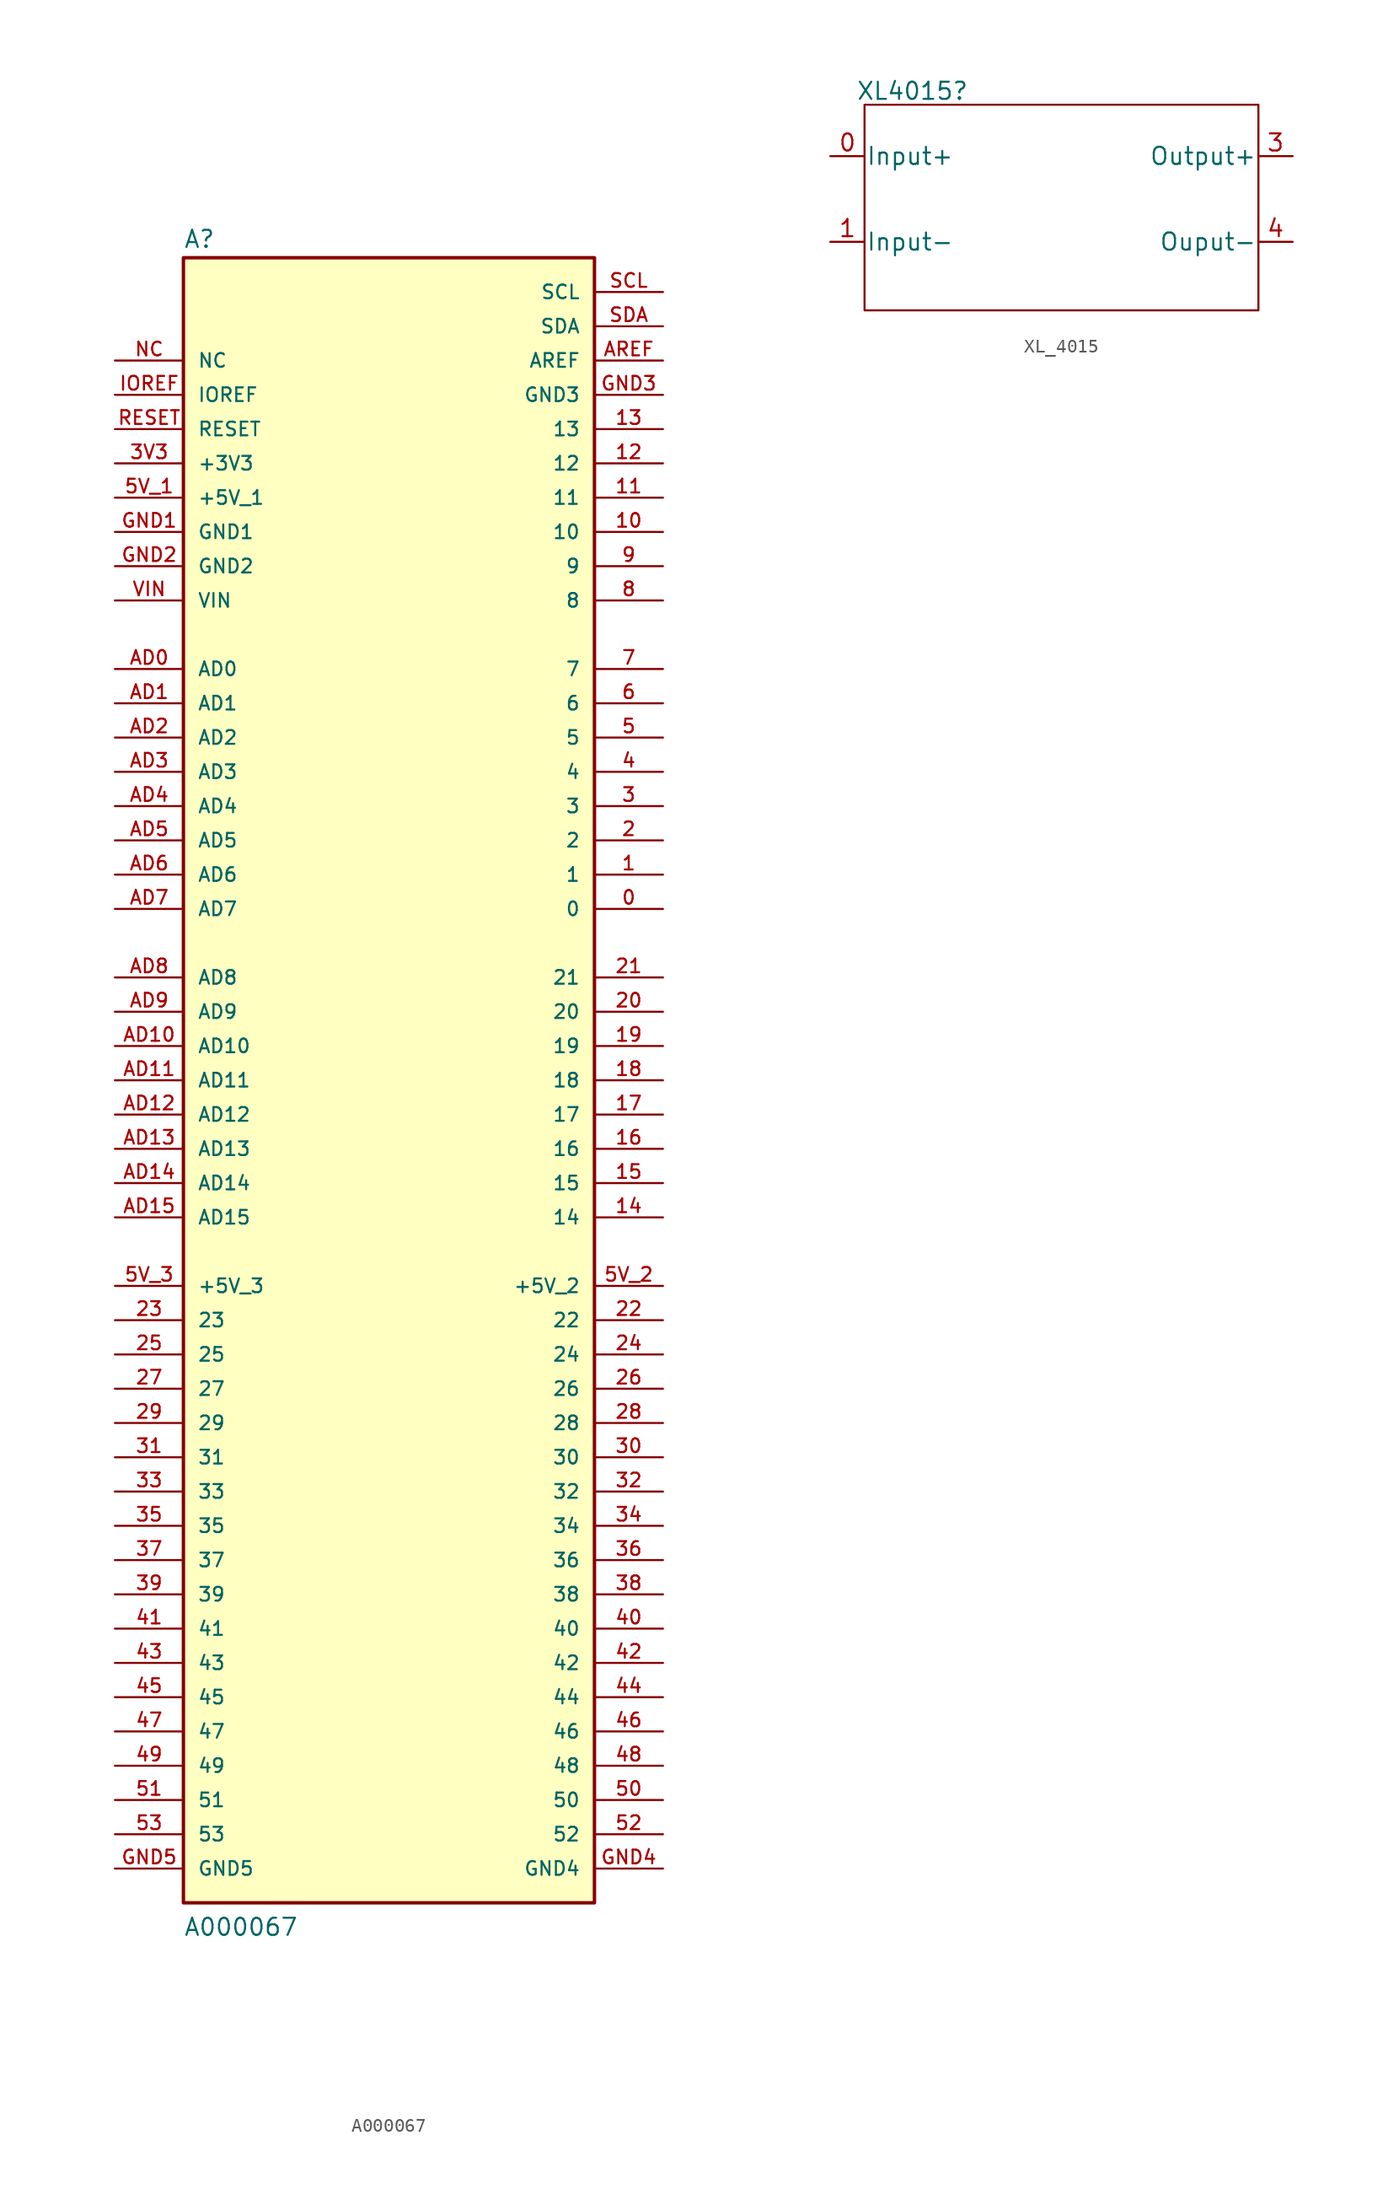
<source format=kicad_sym>
(kicad_symbol_lib
  (version 20231120)
  (generator "kicad_symbol_editor")
  (generator_version "8.0")
  (symbol "A000067"
    (pin_names
      (offset 1.016))
    (property "Reference" "A"
      (at -15.24 61.595 0)
      (effects (font (size 1.27 1.27)) (justify left bottom)))
    (property "Value" "A000067"
      (at -15.24 -63.5 0)
      (effects (font (size 1.27 1.27)) (justify left bottom)))
    (symbol "A000067_0_0"
      (rectangle (start -15.24 -60.96) (end 15.24 60.96) (stroke (width 0.254) (type default)) (fill (type background)))
      (pin passive line (at 20.32 12.7 180) (length 5.08) (name "0" (effects (font (size 1.016 1.016)))) (number "0" (effects (font (size 1.016 1.016)))))
      (pin passive line (at 20.32 15.24 180) (length 5.08) (name "1" (effects (font (size 1.016 1.016)))) (number "1" (effects (font (size 1.016 1.016)))))
      (pin passive line (at 20.32 40.64 180) (length 5.08) (name "10" (effects (font (size 1.016 1.016)))) (number "10" (effects (font (size 1.016 1.016)))))
      (pin passive line (at 20.32 43.18 180) (length 5.08) (name "11" (effects (font (size 1.016 1.016)))) (number "11" (effects (font (size 1.016 1.016)))))
      (pin passive line (at 20.32 45.72 180) (length 5.08) (name "12" (effects (font (size 1.016 1.016)))) (number "12" (effects (font (size 1.016 1.016)))))
      (pin passive line (at 20.32 48.26 180) (length 5.08) (name "13" (effects (font (size 1.016 1.016)))) (number "13" (effects (font (size 1.016 1.016)))))
      (pin passive line (at 20.32 -10.16 180) (length 5.08) (name "14" (effects (font (size 1.016 1.016)))) (number "14" (effects (font (size 1.016 1.016)))))
      (pin passive line (at 20.32 -7.62 180) (length 5.08) (name "15" (effects (font (size 1.016 1.016)))) (number "15" (effects (font (size 1.016 1.016)))))
      (pin passive line (at 20.32 -5.08 180) (length 5.08) (name "16" (effects (font (size 1.016 1.016)))) (number "16" (effects (font (size 1.016 1.016)))))
      (pin passive line (at 20.32 -2.54 180) (length 5.08) (name "17" (effects (font (size 1.016 1.016)))) (number "17" (effects (font (size 1.016 1.016)))))
      (pin passive line (at 20.32 0 180) (length 5.08) (name "18" (effects (font (size 1.016 1.016)))) (number "18" (effects (font (size 1.016 1.016)))))
      (pin passive line (at 20.32 2.54 180) (length 5.08) (name "19" (effects (font (size 1.016 1.016)))) (number "19" (effects (font (size 1.016 1.016)))))
      (pin passive line (at 20.32 17.78 180) (length 5.08) (name "2" (effects (font (size 1.016 1.016)))) (number "2" (effects (font (size 1.016 1.016)))))
      (pin passive line (at 20.32 5.08 180) (length 5.08) (name "20" (effects (font (size 1.016 1.016)))) (number "20" (effects (font (size 1.016 1.016)))))
      (pin passive line (at 20.32 7.62 180) (length 5.08) (name "21" (effects (font (size 1.016 1.016)))) (number "21" (effects (font (size 1.016 1.016)))))
      (pin passive line (at 20.32 -17.78 180) (length 5.08) (name "22" (effects (font (size 1.016 1.016)))) (number "22" (effects (font (size 1.016 1.016)))))
      (pin passive line (at -20.32 -17.78 0) (length 5.08) (name "23" (effects (font (size 1.016 1.016)))) (number "23" (effects (font (size 1.016 1.016)))))
      (pin passive line (at 20.32 -20.32 180) (length 5.08) (name "24" (effects (font (size 1.016 1.016)))) (number "24" (effects (font (size 1.016 1.016)))))
      (pin passive line (at -20.32 -20.32 0) (length 5.08) (name "25" (effects (font (size 1.016 1.016)))) (number "25" (effects (font (size 1.016 1.016)))))
      (pin passive line (at 20.32 -22.86 180) (length 5.08) (name "26" (effects (font (size 1.016 1.016)))) (number "26" (effects (font (size 1.016 1.016)))))
      (pin passive line (at -20.32 -22.86 0) (length 5.08) (name "27" (effects (font (size 1.016 1.016)))) (number "27" (effects (font (size 1.016 1.016)))))
      (pin passive line (at 20.32 -25.4 180) (length 5.08) (name "28" (effects (font (size 1.016 1.016)))) (number "28" (effects (font (size 1.016 1.016)))))
      (pin passive line (at -20.32 -25.4 0) (length 5.08) (name "29" (effects (font (size 1.016 1.016)))) (number "29" (effects (font (size 1.016 1.016)))))
      (pin passive line (at 20.32 20.32 180) (length 5.08) (name "3" (effects (font (size 1.016 1.016)))) (number "3" (effects (font (size 1.016 1.016)))))
      (pin passive line (at 20.32 -27.94 180) (length 5.08) (name "30" (effects (font (size 1.016 1.016)))) (number "30" (effects (font (size 1.016 1.016)))))
      (pin passive line (at -20.32 -27.94 0) (length 5.08) (name "31" (effects (font (size 1.016 1.016)))) (number "31" (effects (font (size 1.016 1.016)))))
      (pin passive line (at 20.32 -30.48 180) (length 5.08) (name "32" (effects (font (size 1.016 1.016)))) (number "32" (effects (font (size 1.016 1.016)))))
      (pin passive line (at -20.32 -30.48 0) (length 5.08) (name "33" (effects (font (size 1.016 1.016)))) (number "33" (effects (font (size 1.016 1.016)))))
      (pin passive line (at 20.32 -33.02 180) (length 5.08) (name "34" (effects (font (size 1.016 1.016)))) (number "34" (effects (font (size 1.016 1.016)))))
      (pin passive line (at -20.32 -33.02 0) (length 5.08) (name "35" (effects (font (size 1.016 1.016)))) (number "35" (effects (font (size 1.016 1.016)))))
      (pin passive line (at 20.32 -35.56 180) (length 5.08) (name "36" (effects (font (size 1.016 1.016)))) (number "36" (effects (font (size 1.016 1.016)))))
      (pin passive line (at -20.32 -35.56 0) (length 5.08) (name "37" (effects (font (size 1.016 1.016)))) (number "37" (effects (font (size 1.016 1.016)))))
      (pin passive line (at 20.32 -38.1 180) (length 5.08) (name "38" (effects (font (size 1.016 1.016)))) (number "38" (effects (font (size 1.016 1.016)))))
      (pin passive line (at -20.32 -38.1 0) (length 5.08) (name "39" (effects (font (size 1.016 1.016)))) (number "39" (effects (font (size 1.016 1.016)))))
      (pin passive line (at -20.32 45.72 0) (length 5.08) (name "+3V3" (effects (font (size 1.016 1.016)))) (number "3V3" (effects (font (size 1.016 1.016)))))
      (pin passive line (at 20.32 22.86 180) (length 5.08) (name "4" (effects (font (size 1.016 1.016)))) (number "4" (effects (font (size 1.016 1.016)))))
      (pin passive line (at 20.32 -40.64 180) (length 5.08) (name "40" (effects (font (size 1.016 1.016)))) (number "40" (effects (font (size 1.016 1.016)))))
      (pin passive line (at -20.32 -40.64 0) (length 5.08) (name "41" (effects (font (size 1.016 1.016)))) (number "41" (effects (font (size 1.016 1.016)))))
      (pin passive line (at 20.32 -43.18 180) (length 5.08) (name "42" (effects (font (size 1.016 1.016)))) (number "42" (effects (font (size 1.016 1.016)))))
      (pin passive line (at -20.32 -43.18 0) (length 5.08) (name "43" (effects (font (size 1.016 1.016)))) (number "43" (effects (font (size 1.016 1.016)))))
      (pin passive line (at 20.32 -45.72 180) (length 5.08) (name "44" (effects (font (size 1.016 1.016)))) (number "44" (effects (font (size 1.016 1.016)))))
      (pin passive line (at -20.32 -45.72 0) (length 5.08) (name "45" (effects (font (size 1.016 1.016)))) (number "45" (effects (font (size 1.016 1.016)))))
      (pin passive line (at 20.32 -48.26 180) (length 5.08) (name "46" (effects (font (size 1.016 1.016)))) (number "46" (effects (font (size 1.016 1.016)))))
      (pin passive line (at -20.32 -48.26 0) (length 5.08) (name "47" (effects (font (size 1.016 1.016)))) (number "47" (effects (font (size 1.016 1.016)))))
      (pin passive line (at 20.32 -50.8 180) (length 5.08) (name "48" (effects (font (size 1.016 1.016)))) (number "48" (effects (font (size 1.016 1.016)))))
      (pin passive line (at -20.32 -50.8 0) (length 5.08) (name "49" (effects (font (size 1.016 1.016)))) (number "49" (effects (font (size 1.016 1.016)))))
      (pin passive line (at 20.32 25.4 180) (length 5.08) (name "5" (effects (font (size 1.016 1.016)))) (number "5" (effects (font (size 1.016 1.016)))))
      (pin passive line (at 20.32 -53.34 180) (length 5.08) (name "50" (effects (font (size 1.016 1.016)))) (number "50" (effects (font (size 1.016 1.016)))))
      (pin passive line (at -20.32 -53.34 0) (length 5.08) (name "51" (effects (font (size 1.016 1.016)))) (number "51" (effects (font (size 1.016 1.016)))))
      (pin passive line (at 20.32 -55.88 180) (length 5.08) (name "52" (effects (font (size 1.016 1.016)))) (number "52" (effects (font (size 1.016 1.016)))))
      (pin passive line (at -20.32 -55.88 0) (length 5.08) (name "53" (effects (font (size 1.016 1.016)))) (number "53" (effects (font (size 1.016 1.016)))))
      (pin passive line (at -20.32 43.18 0) (length 5.08) (name "+5V_1" (effects (font (size 1.016 1.016)))) (number "5V_1" (effects (font (size 1.016 1.016)))))
      (pin passive line (at 20.32 -15.24 180) (length 5.08) (name "+5V_2" (effects (font (size 1.016 1.016)))) (number "5V_2" (effects (font (size 1.016 1.016)))))
      (pin passive line (at -20.32 -15.24 0) (length 5.08) (name "+5V_3" (effects (font (size 1.016 1.016)))) (number "5V_3" (effects (font (size 1.016 1.016)))))
      (pin passive line (at 20.32 27.94 180) (length 5.08) (name "6" (effects (font (size 1.016 1.016)))) (number "6" (effects (font (size 1.016 1.016)))))
      (pin passive line (at 20.32 30.48 180) (length 5.08) (name "7" (effects (font (size 1.016 1.016)))) (number "7" (effects (font (size 1.016 1.016)))))
      (pin passive line (at 20.32 35.56 180) (length 5.08) (name "8" (effects (font (size 1.016 1.016)))) (number "8" (effects (font (size 1.016 1.016)))))
      (pin passive line (at 20.32 38.1 180) (length 5.08) (name "9" (effects (font (size 1.016 1.016)))) (number "9" (effects (font (size 1.016 1.016)))))
      (pin passive line (at -20.32 30.48 0) (length 5.08) (name "AD0" (effects (font (size 1.016 1.016)))) (number "AD0" (effects (font (size 1.016 1.016)))))
      (pin passive line (at -20.32 27.94 0) (length 5.08) (name "AD1" (effects (font (size 1.016 1.016)))) (number "AD1" (effects (font (size 1.016 1.016)))))
      (pin passive line (at -20.32 2.54 0) (length 5.08) (name "AD10" (effects (font (size 1.016 1.016)))) (number "AD10" (effects (font (size 1.016 1.016)))))
      (pin passive line (at -20.32 0 0) (length 5.08) (name "AD11" (effects (font (size 1.016 1.016)))) (number "AD11" (effects (font (size 1.016 1.016)))))
      (pin passive line (at -20.32 -2.54 0) (length 5.08) (name "AD12" (effects (font (size 1.016 1.016)))) (number "AD12" (effects (font (size 1.016 1.016)))))
      (pin passive line (at -20.32 -5.08 0) (length 5.08) (name "AD13" (effects (font (size 1.016 1.016)))) (number "AD13" (effects (font (size 1.016 1.016)))))
      (pin passive line (at -20.32 -7.62 0) (length 5.08) (name "AD14" (effects (font (size 1.016 1.016)))) (number "AD14" (effects (font (size 1.016 1.016)))))
      (pin passive line (at -20.32 -10.16 0) (length 5.08) (name "AD15" (effects (font (size 1.016 1.016)))) (number "AD15" (effects (font (size 1.016 1.016)))))
      (pin passive line (at -20.32 25.4 0) (length 5.08) (name "AD2" (effects (font (size 1.016 1.016)))) (number "AD2" (effects (font (size 1.016 1.016)))))
      (pin passive line (at -20.32 22.86 0) (length 5.08) (name "AD3" (effects (font (size 1.016 1.016)))) (number "AD3" (effects (font (size 1.016 1.016)))))
      (pin passive line (at -20.32 20.32 0) (length 5.08) (name "AD4" (effects (font (size 1.016 1.016)))) (number "AD4" (effects (font (size 1.016 1.016)))))
      (pin passive line (at -20.32 17.78 0) (length 5.08) (name "AD5" (effects (font (size 1.016 1.016)))) (number "AD5" (effects (font (size 1.016 1.016)))))
      (pin passive line (at -20.32 15.24 0) (length 5.08) (name "AD6" (effects (font (size 1.016 1.016)))) (number "AD6" (effects (font (size 1.016 1.016)))))
      (pin passive line (at -20.32 12.7 0) (length 5.08) (name "AD7" (effects (font (size 1.016 1.016)))) (number "AD7" (effects (font (size 1.016 1.016)))))
      (pin passive line (at -20.32 7.62 0) (length 5.08) (name "AD8" (effects (font (size 1.016 1.016)))) (number "AD8" (effects (font (size 1.016 1.016)))))
      (pin passive line (at -20.32 5.08 0) (length 5.08) (name "AD9" (effects (font (size 1.016 1.016)))) (number "AD9" (effects (font (size 1.016 1.016)))))
      (pin passive line (at 20.32 53.34 180) (length 5.08) (name "AREF" (effects (font (size 1.016 1.016)))) (number "AREF" (effects (font (size 1.016 1.016)))))
      (pin passive line (at -20.32 40.64 0) (length 5.08) (name "GND1" (effects (font (size 1.016 1.016)))) (number "GND1" (effects (font (size 1.016 1.016)))))
      (pin passive line (at -20.32 38.1 0) (length 5.08) (name "GND2" (effects (font (size 1.016 1.016)))) (number "GND2" (effects (font (size 1.016 1.016)))))
      (pin passive line (at 20.32 50.8 180) (length 5.08) (name "GND3" (effects (font (size 1.016 1.016)))) (number "GND3" (effects (font (size 1.016 1.016)))))
      (pin passive line (at 20.32 -58.42 180) (length 5.08) (name "GND4" (effects (font (size 1.016 1.016)))) (number "GND4" (effects (font (size 1.016 1.016)))))
      (pin passive line (at -20.32 -58.42 0) (length 5.08) (name "GND5" (effects (font (size 1.016 1.016)))) (number "GND5" (effects (font (size 1.016 1.016)))))
      (pin passive line (at -20.32 50.8 0) (length 5.08) (name "IOREF" (effects (font (size 1.016 1.016)))) (number "IOREF" (effects (font (size 1.016 1.016)))))
      (pin passive line (at -20.32 53.34 0) (length 5.08) (name "NC" (effects (font (size 1.016 1.016)))) (number "NC" (effects (font (size 1.016 1.016)))))
      (pin passive line (at -20.32 48.26 0) (length 5.08) (name "RESET" (effects (font (size 1.016 1.016)))) (number "RESET" (effects (font (size 1.016 1.016)))))
      (pin passive line (at 20.32 58.42 180) (length 5.08) (name "SCL" (effects (font (size 1.016 1.016)))) (number "SCL" (effects (font (size 1.016 1.016)))))
      (pin passive line (at 20.32 55.88 180) (length 5.08) (name "SDA" (effects (font (size 1.016 1.016)))) (number "SDA" (effects (font (size 1.016 1.016)))))
      (pin passive line (at -20.32 35.56 0) (length 5.08) (name "VIN" (effects (font (size 1.016 1.016)))) (number "VIN" (effects (font (size 1.016 1.016)))))))
  (symbol "XL_4015"
    (pin_names
      (offset 0.102))
    (property "Reference" "XL4015"
      (at -9.144 4.826 0)
      (effects (font (size 1.27 1.27))))
    (property "Value" ""
      (at 0 0 0)
      (effects (font (size 1.27 1.27))))
    (symbol "XL_4015_0_1"
      (rectangle (start -12.7 3.81) (end 16.51 -11.43) (stroke (width 0) (type default)) (fill (type none))))
    (symbol "XL_4015_1_1"
      (pin input line (at -15.24 0 0) (length 2.54) (name "Input+" (effects (font (size 1.27 1.27)))) (number "0" (effects (font (size 1.27 1.27)))))
      (pin input line (at -15.24 -6.35 0) (length 2.54) (name "Input-" (effects (font (size 1.27 1.27)))) (number "1" (effects (font (size 1.27 1.27)))))
      (pin output line (at 19.05 0 180) (length 2.54) (name "Output+" (effects (font (size 1.27 1.27)))) (number "3" (effects (font (size 1.27 1.27)))))
      (pin output line (at 19.05 -6.35 180) (length 2.54) (name "Ouput-" (effects (font (size 1.27 1.27)))) (number "4" (effects (font (size 1.27 1.27))))))))
</source>
